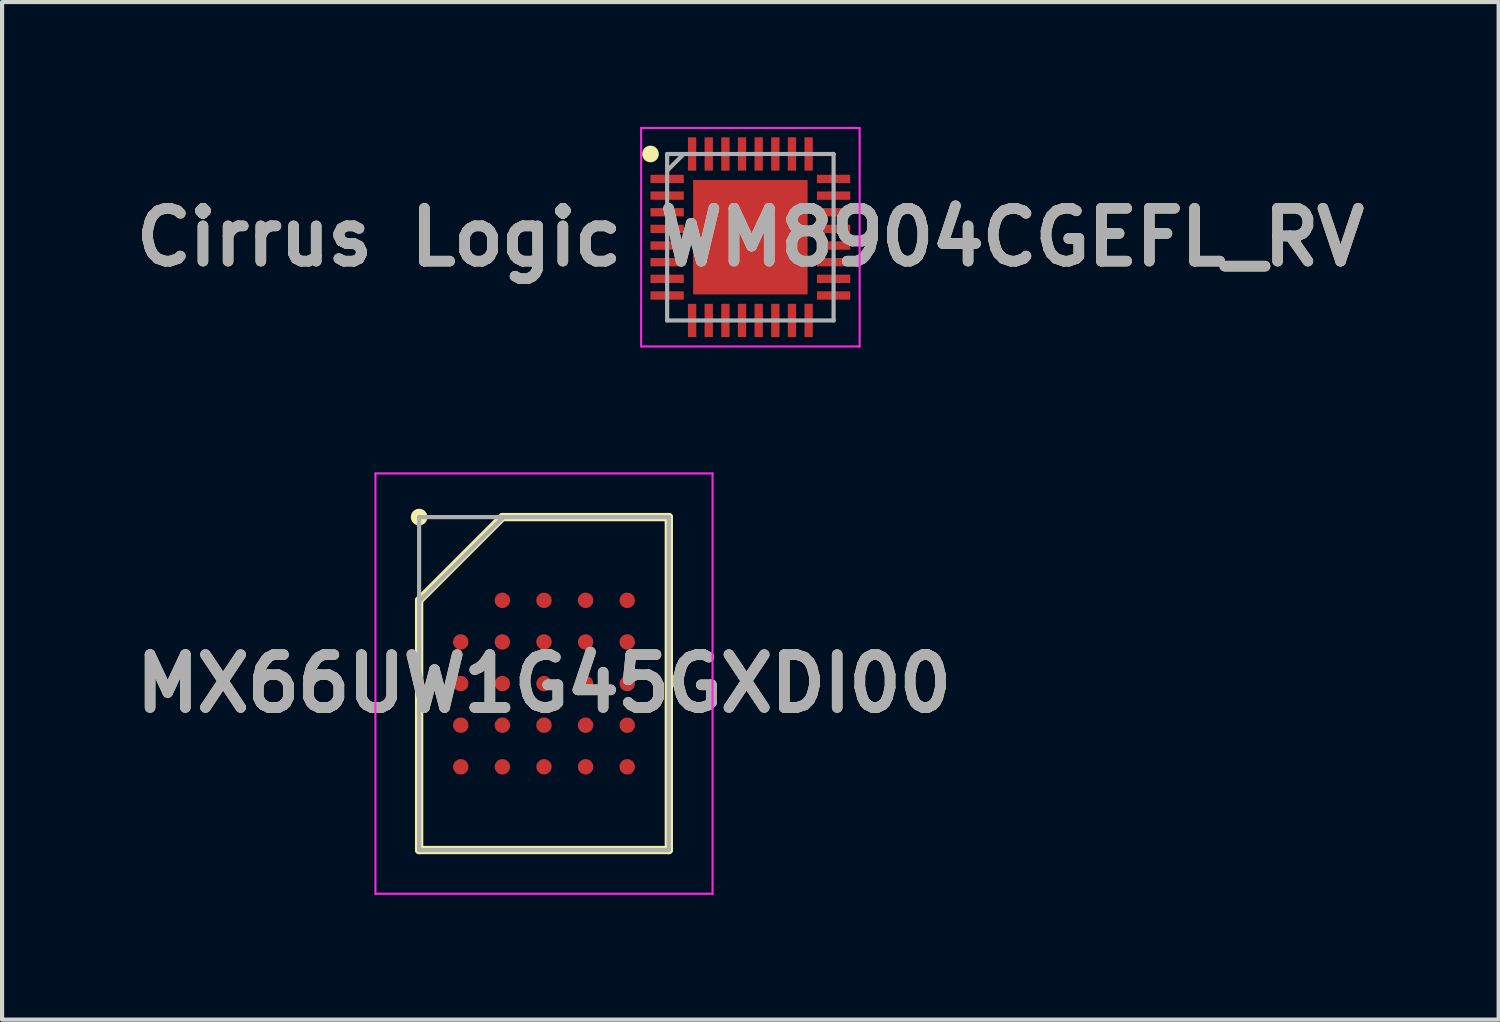
<source format=kicad_pcb>
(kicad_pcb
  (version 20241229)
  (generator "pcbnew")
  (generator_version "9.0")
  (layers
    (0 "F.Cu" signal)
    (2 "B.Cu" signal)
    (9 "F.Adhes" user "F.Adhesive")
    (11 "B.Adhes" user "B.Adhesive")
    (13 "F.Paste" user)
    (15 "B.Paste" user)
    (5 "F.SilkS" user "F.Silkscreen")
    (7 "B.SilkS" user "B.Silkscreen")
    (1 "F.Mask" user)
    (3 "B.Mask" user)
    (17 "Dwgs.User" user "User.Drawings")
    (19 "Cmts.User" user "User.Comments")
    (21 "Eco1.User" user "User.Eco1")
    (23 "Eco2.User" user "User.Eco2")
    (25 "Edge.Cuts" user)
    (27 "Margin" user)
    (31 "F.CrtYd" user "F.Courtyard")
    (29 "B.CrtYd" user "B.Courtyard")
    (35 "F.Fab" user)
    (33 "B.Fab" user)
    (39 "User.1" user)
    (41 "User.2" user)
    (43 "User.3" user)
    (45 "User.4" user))
  (footprint "MX66UW1G45GXDI00"
    (layer "F.Cu")
    (at 10.021 13.375)
    (property "Reference" "MX66UW1G45GXDI00" (at 0 0 0) (layer "F.SilkS") (effects (font (size 1.27 1.27) (thickness 0.254))))
    (attr smd)
    (fp_line (start -3 -2) (end -1 -4) (stroke (width 0.2) (type solid)) (layer "F.SilkS"))
    (fp_line (start -3 4) (end -3 -2) (stroke (width 0.2) (type solid)) (layer "F.SilkS"))
    (fp_line (start -1 -4) (end 3 -4) (stroke (width 0.2) (type solid)) (layer "F.SilkS"))
    (fp_line (start 3 -4) (end 3 4) (stroke (width 0.2) (type solid)) (layer "F.SilkS"))
    (fp_line (start 3 4) (end -3 4) (stroke (width 0.2) (type solid)) (layer "F.SilkS"))
    (fp_circle (center -3 -4) (end -3 -3.9) (stroke (width 0.2) (type solid)) (fill no) (layer "F.SilkS"))
    (fp_line (start -4.05 -5.05) (end 4.05 -5.05) (stroke (width 0.05) (type solid)) (layer "F.CrtYd"))
    (fp_line (start -4.05 5.05) (end -4.05 -5.05) (stroke (width 0.05) (type solid)) (layer "F.CrtYd"))
    (fp_line (start 4.05 -5.05) (end 4.05 5.05) (stroke (width 0.05) (type solid)) (layer "F.CrtYd"))
    (fp_line (start 4.05 5.05) (end -4.05 5.05) (stroke (width 0.05) (type solid)) (layer "F.CrtYd"))
    (fp_line (start -3 -4) (end 3 -4) (stroke (width 0.1) (type solid)) (layer "F.Fab"))
    (fp_line (start -3 -1.975) (end -0.975 -4) (stroke (width 0.1) (type solid)) (layer "F.Fab"))
    (fp_line (start -3 4) (end -3 -4) (stroke (width 0.1) (type solid)) (layer "F.Fab"))
    (fp_line (start 3 -4) (end 3 4) (stroke (width 0.1) (type solid)) (layer "F.Fab"))
    (fp_line (start 3 4) (end -3 4) (stroke (width 0.1) (type solid)) (layer "F.Fab"))
    (fp_text user "${REFERENCE}" (at 0 0 0) (layer "F.Fab") (effects (font (size 1.27 1.27) (thickness 0.254))))
    (pad "A2" smd circle (at -1 -2 90) (size 0.37 0.37) (layers "F.Cu" "F.Mask" "F.Paste"))
    (pad "A3" smd circle (at 0 -2 90) (size 0.37 0.37) (layers "F.Cu" "F.Mask" "F.Paste"))
    (pad "A4" smd circle (at 1 -2 90) (size 0.37 0.37) (layers "F.Cu" "F.Mask" "F.Paste"))
    (pad "A5" smd circle (at 2 -2 90) (size 0.37 0.37) (layers "F.Cu" "F.Mask" "F.Paste"))
    (pad "B1" smd circle (at -2 -1 90) (size 0.37 0.37) (layers "F.Cu" "F.Mask" "F.Paste"))
    (pad "B2" smd circle (at -1 -1 90) (size 0.37 0.37) (layers "F.Cu" "F.Mask" "F.Paste"))
    (pad "B3" smd circle (at 0 -1 90) (size 0.37 0.37) (layers "F.Cu" "F.Mask" "F.Paste"))
    (pad "B4" smd circle (at 1 -1 90) (size 0.37 0.37) (layers "F.Cu" "F.Mask" "F.Paste"))
    (pad "B5" smd circle (at 2 -1 90) (size 0.37 0.37) (layers "F.Cu" "F.Mask" "F.Paste"))
    (pad "C1" smd circle (at -2 0 90) (size 0.37 0.37) (layers "F.Cu" "F.Mask" "F.Paste"))
    (pad "C2" smd circle (at -1 0 90) (size 0.37 0.37) (layers "F.Cu" "F.Mask" "F.Paste"))
    (pad "C3" smd circle (at 0 0 90) (size 0.37 0.37) (layers "F.Cu" "F.Mask" "F.Paste"))
    (pad "C4" smd circle (at 1 0 90) (size 0.37 0.37) (layers "F.Cu" "F.Mask" "F.Paste"))
    (pad "C5" smd circle (at 2 0 90) (size 0.37 0.37) (layers "F.Cu" "F.Mask" "F.Paste"))
    (pad "D1" smd circle (at -2 1 90) (size 0.37 0.37) (layers "F.Cu" "F.Mask" "F.Paste"))
    (pad "D2" smd circle (at -1 1 90) (size 0.37 0.37) (layers "F.Cu" "F.Mask" "F.Paste"))
    (pad "D3" smd circle (at 0 1 90) (size 0.37 0.37) (layers "F.Cu" "F.Mask" "F.Paste"))
    (pad "D4" smd circle (at 1 1 90) (size 0.37 0.37) (layers "F.Cu" "F.Mask" "F.Paste"))
    (pad "D5" smd circle (at 2 1 90) (size 0.37 0.37) (layers "F.Cu" "F.Mask" "F.Paste"))
    (pad "E1" smd circle (at -2 2 90) (size 0.37 0.37) (layers "F.Cu" "F.Mask" "F.Paste"))
    (pad "E2" smd circle (at -1 2 90) (size 0.37 0.37) (layers "F.Cu" "F.Mask" "F.Paste"))
    (pad "E3" smd circle (at 0 2 90) (size 0.37 0.37) (layers "F.Cu" "F.Mask" "F.Paste"))
    (pad "E4" smd circle (at 1 2 90) (size 0.37 0.37) (layers "F.Cu" "F.Mask" "F.Paste"))
    (pad "E5" smd circle (at 2 2 90) (size 0.37 0.37) (layers "F.Cu" "F.Mask" "F.Paste")))
  (footprint "Cirrus Logic WM8904CGEFL_RV"
    (layer "F.Cu")
    (at 14.98 2.65)
    (property "Reference" "Cirrus Logic WM8904CGEFL_RV" (at 0 0 0) (layer "F.SilkS") (effects (font (size 1.27 1.27) (thickness 0.254))))
    (attr smd)
    (fp_circle (center -2.4 -2) (end -2.4 -1.9) (stroke (width 0.2) (type solid)) (fill no) (layer "F.SilkS"))
    (fp_line (start -2.625 -2.625) (end 2.625 -2.625) (stroke (width 0.05) (type solid)) (layer "F.CrtYd"))
    (fp_line (start -2.625 2.625) (end -2.625 -2.625) (stroke (width 0.05) (type solid)) (layer "F.CrtYd"))
    (fp_line (start 2.625 -2.625) (end 2.625 2.625) (stroke (width 0.05) (type solid)) (layer "F.CrtYd"))
    (fp_line (start 2.625 2.625) (end -2.625 2.625) (stroke (width 0.05) (type solid)) (layer "F.CrtYd"))
    (fp_line (start -2 -2) (end 2 -2) (stroke (width 0.1) (type solid)) (layer "F.Fab"))
    (fp_line (start -2 -1.6) (end -1.6 -2) (stroke (width 0.1) (type solid)) (layer "F.Fab"))
    (fp_line (start -2 2) (end -2 -2) (stroke (width 0.1) (type solid)) (layer "F.Fab"))
    (fp_line (start 2 -2) (end 2 2) (stroke (width 0.1) (type solid)) (layer "F.Fab"))
    (fp_line (start 2 2) (end -2 2) (stroke (width 0.1) (type solid)) (layer "F.Fab"))
    (fp_text user "${REFERENCE}" (at 0 0 0) (layer "F.Fab") (effects (font (size 1.27 1.27) (thickness 0.254))))
    (pad "1" smd rect (at -2 -1.4 90) (size 0.2 0.8) (layers "F.Cu" "F.Mask" "F.Paste"))
    (pad "2" smd rect (at -2 -1 90) (size 0.2 0.8) (layers "F.Cu" "F.Mask" "F.Paste"))
    (pad "3" smd rect (at -2 -0.6 90) (size 0.2 0.8) (layers "F.Cu" "F.Mask" "F.Paste"))
    (pad "4" smd rect (at -2 -0.2 90) (size 0.2 0.8) (layers "F.Cu" "F.Mask" "F.Paste"))
    (pad "5" smd rect (at -2 0.2 90) (size 0.2 0.8) (layers "F.Cu" "F.Mask" "F.Paste"))
    (pad "6" smd rect (at -2 0.6 90) (size 0.2 0.8) (layers "F.Cu" "F.Mask" "F.Paste"))
    (pad "7" smd rect (at -2 1 90) (size 0.2 0.8) (layers "F.Cu" "F.Mask" "F.Paste"))
    (pad "8" smd rect (at -2 1.4 90) (size 0.2 0.8) (layers "F.Cu" "F.Mask" "F.Paste"))
    (pad "9" smd rect (at -1.4 2) (size 0.2 0.8) (layers "F.Cu" "F.Mask" "F.Paste"))
    (pad "10" smd rect (at -1 2) (size 0.2 0.8) (layers "F.Cu" "F.Mask" "F.Paste"))
    (pad "11" smd rect (at -0.6 2) (size 0.2 0.8) (layers "F.Cu" "F.Mask" "F.Paste"))
    (pad "12" smd rect (at -0.2 2) (size 0.2 0.8) (layers "F.Cu" "F.Mask" "F.Paste"))
    (pad "13" smd rect (at 0.2 2) (size 0.2 0.8) (layers "F.Cu" "F.Mask" "F.Paste"))
    (pad "14" smd rect (at 0.6 2) (size 0.2 0.8) (layers "F.Cu" "F.Mask" "F.Paste"))
    (pad "15" smd rect (at 1 2) (size 0.2 0.8) (layers "F.Cu" "F.Mask" "F.Paste"))
    (pad "16" smd rect (at 1.4 2) (size 0.2 0.8) (layers "F.Cu" "F.Mask" "F.Paste"))
    (pad "17" smd rect (at 2 1.4 90) (size 0.2 0.8) (layers "F.Cu" "F.Mask" "F.Paste"))
    (pad "18" smd rect (at 2 1 90) (size 0.2 0.8) (layers "F.Cu" "F.Mask" "F.Paste"))
    (pad "19" smd rect (at 2 0.6 90) (size 0.2 0.8) (layers "F.Cu" "F.Mask" "F.Paste"))
    (pad "20" smd rect (at 2 0.2 90) (size 0.2 0.8) (layers "F.Cu" "F.Mask" "F.Paste"))
    (pad "21" smd rect (at 2 -0.2 90) (size 0.2 0.8) (layers "F.Cu" "F.Mask" "F.Paste"))
    (pad "22" smd rect (at 2 -0.6 90) (size 0.2 0.8) (layers "F.Cu" "F.Mask" "F.Paste"))
    (pad "23" smd rect (at 2 -1 90) (size 0.2 0.8) (layers "F.Cu" "F.Mask" "F.Paste"))
    (pad "24" smd rect (at 2 -1.4 90) (size 0.2 0.8) (layers "F.Cu" "F.Mask" "F.Paste"))
    (pad "25" smd rect (at 1.4 -2) (size 0.2 0.8) (layers "F.Cu" "F.Mask" "F.Paste"))
    (pad "26" smd rect (at 1 -2) (size 0.2 0.8) (layers "F.Cu" "F.Mask" "F.Paste"))
    (pad "27" smd rect (at 0.6 -2) (size 0.2 0.8) (layers "F.Cu" "F.Mask" "F.Paste"))
    (pad "28" smd rect (at 0.2 -2) (size 0.2 0.8) (layers "F.Cu" "F.Mask" "F.Paste"))
    (pad "29" smd rect (at -0.2 -2) (size 0.2 0.8) (layers "F.Cu" "F.Mask" "F.Paste"))
    (pad "30" smd rect (at -0.6 -2) (size 0.2 0.8) (layers "F.Cu" "F.Mask" "F.Paste"))
    (pad "31" smd rect (at -1 -2) (size 0.2 0.8) (layers "F.Cu" "F.Mask" "F.Paste"))
    (pad "32" smd rect (at -1.4 -2) (size 0.2 0.8) (layers "F.Cu" "F.Mask" "F.Paste"))
    (pad "33" smd rect (at 0 0) (size 2.75 2.75) (layers "F.Cu" "F.Mask" "F.Paste")))
  (gr_rect
    (start -3 -3)
    (end 32.96 21.45)
    (stroke (width 0.1) (type default))
    (fill no)
    (layer "Edge.Cuts")))
</source>
